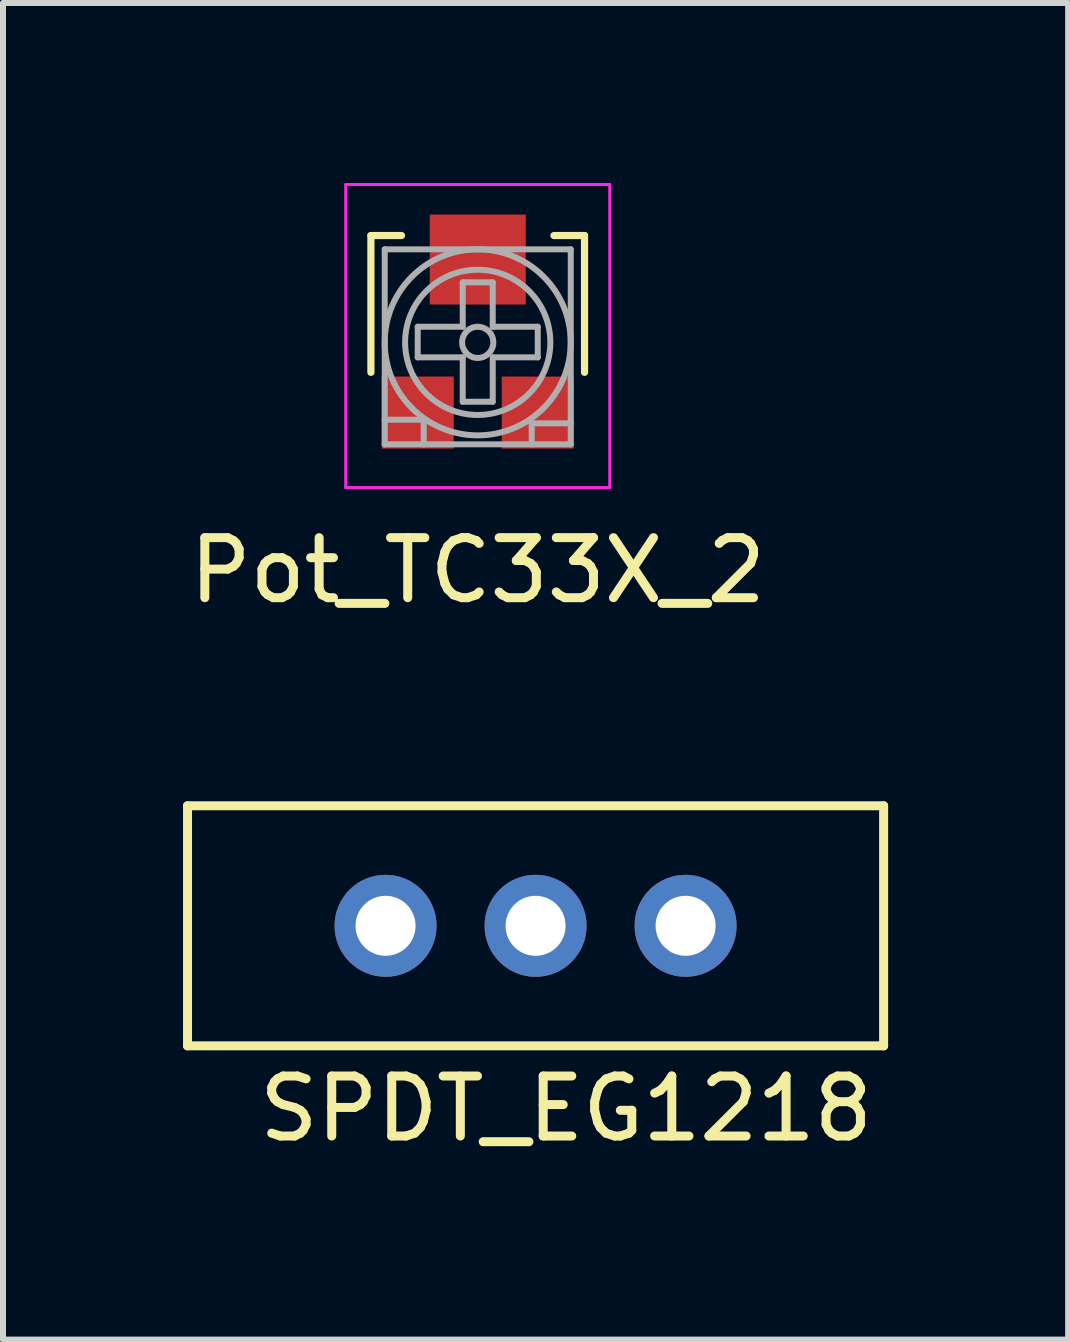
<source format=kicad_pcb>
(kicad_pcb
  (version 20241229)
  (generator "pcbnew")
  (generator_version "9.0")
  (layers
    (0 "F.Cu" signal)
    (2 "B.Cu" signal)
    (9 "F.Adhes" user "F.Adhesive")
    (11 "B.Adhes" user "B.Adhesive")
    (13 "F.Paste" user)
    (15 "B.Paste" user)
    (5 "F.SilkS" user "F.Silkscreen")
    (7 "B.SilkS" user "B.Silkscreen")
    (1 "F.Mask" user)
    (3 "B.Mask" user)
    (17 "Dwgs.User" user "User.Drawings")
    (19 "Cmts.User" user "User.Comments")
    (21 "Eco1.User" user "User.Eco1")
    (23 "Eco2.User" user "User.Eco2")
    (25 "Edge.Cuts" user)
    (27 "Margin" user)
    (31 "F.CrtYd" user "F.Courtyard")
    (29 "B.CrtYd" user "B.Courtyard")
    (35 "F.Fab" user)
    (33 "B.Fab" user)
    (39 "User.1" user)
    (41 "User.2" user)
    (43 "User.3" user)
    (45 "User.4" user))
  (footprint "SPDT_EG1218"
    (layer "F.Cu")
    (at 5.875 12.378)
    (property "Reference" "SPDT_EG1218" (at 0.508 3.048 0) (layer "F.SilkS") (effects (font (size 1 1) (thickness 0.15))))
    (attr through_hole)
    (fp_line (start -5.8 -2) (end -5.8 2) (stroke (width 0.15) (type solid)) (layer "F.SilkS"))
    (fp_line (start -5.8 2) (end 5.8 2) (stroke (width 0.15) (type solid)) (layer "F.SilkS"))
    (fp_line (start 5.8 -2) (end -5.8 -2) (stroke (width 0.15) (type solid)) (layer "F.SilkS"))
    (fp_line (start 5.8 2) (end 5.8 -2) (stroke (width 0.15) (type solid)) (layer "F.SilkS"))
    (pad "1" thru_hole circle (at -2.5 0) (size 1.7 1.7) (drill 1) (layers "*.Cu" "*.Mask"))
    (pad "2" thru_hole circle (at 0 0) (size 1.7 1.7) (drill 1) (layers "*.Cu" "*.Mask"))
    (pad "3" thru_hole circle (at 2.5 0) (size 1.7 1.7) (drill 1) (layers "*.Cu" "*.Mask")))
  (footprint "Pot_TC33X_2"
    (layer "F.Cu")
    (at 4.911 2.625)
    (property "Reference" "Pot_TC33X_2" (at 0 3.83 0) (layer "F.SilkS") (effects (font (size 1 1) (thickness 0.15))))
    (attr smd)
    (fp_line (start -1.78 -1.75) (end -1.27 -1.75) (stroke (width 0.12) (type solid)) (layer "F.SilkS"))
    (fp_line (start -1.78 0.53) (end -1.78 -1.75) (stroke (width 0.12) (type solid)) (layer "F.SilkS"))
    (fp_line (start 1.27 -1.75) (end 1.78 -1.75) (stroke (width 0.12) (type solid)) (layer "F.SilkS"))
    (fp_line (start 1.78 -1.75) (end 1.78 0.53) (stroke (width 0.12) (type solid)) (layer "F.SilkS"))
    (fp_line (start -2.2 -2.6) (end 2.2 -2.6) (stroke (width 0.05) (type solid)) (layer "F.CrtYd"))
    (fp_line (start -2.2 2.45) (end -2.2 -2.6) (stroke (width 0.05) (type solid)) (layer "F.CrtYd"))
    (fp_line (start 2.2 -2.6) (end 2.2 2.45) (stroke (width 0.05) (type solid)) (layer "F.CrtYd"))
    (fp_line (start 2.2 2.45) (end -2.2 2.45) (stroke (width 0.05) (type solid)) (layer "F.CrtYd"))
    (fp_line (start -1.55 -1.52) (end 1.55 -1.52) (stroke (width 0.1) (type solid)) (layer "F.Fab"))
    (fp_line (start -1.55 1.32) (end -0.9 1.32) (stroke (width 0.1) (type solid)) (layer "F.Fab"))
    (fp_line (start -1.55 1.73) (end -1.55 -1.52) (stroke (width 0.1) (type solid)) (layer "F.Fab"))
    (fp_line (start -1 -0.23) (end -0.25 -0.23) (stroke (width 0.1) (type solid)) (layer "F.Fab"))
    (fp_line (start -1 0.28) (end -1 -0.23) (stroke (width 0.1) (type solid)) (layer "F.Fab"))
    (fp_line (start -0.9 1.32) (end -0.9 1.73) (stroke (width 0.1) (type solid)) (layer "F.Fab"))
    (fp_line (start -0.25 -0.97) (end 0.25 -0.97) (stroke (width 0.1) (type solid)) (layer "F.Fab"))
    (fp_line (start -0.25 -0.23) (end -0.25 -0.97) (stroke (width 0.1) (type solid)) (layer "F.Fab"))
    (fp_line (start -0.25 0.28) (end -1 0.28) (stroke (width 0.1) (type solid)) (layer "F.Fab"))
    (fp_line (start -0.25 1.02) (end -0.25 0.28) (stroke (width 0.1) (type solid)) (layer "F.Fab"))
    (fp_line (start 0.25 -0.97) (end 0.25 -0.23) (stroke (width 0.1) (type solid)) (layer "F.Fab"))
    (fp_line (start 0.25 -0.23) (end 1 -0.23) (stroke (width 0.1) (type solid)) (layer "F.Fab"))
    (fp_line (start 0.25 0.28) (end 0.25 1.02) (stroke (width 0.1) (type solid)) (layer "F.Fab"))
    (fp_line (start 0.25 1.02) (end -0.25 1.02) (stroke (width 0.1) (type solid)) (layer "F.Fab"))
    (fp_line (start 0.9 1.38) (end 0.9 1.73) (stroke (width 0.1) (type solid)) (layer "F.Fab"))
    (fp_line (start 1 -0.23) (end 1 0.28) (stroke (width 0.1) (type solid)) (layer "F.Fab"))
    (fp_line (start 1 0.28) (end 0.25 0.28) (stroke (width 0.1) (type solid)) (layer "F.Fab"))
    (fp_line (start 1.55 -1.52) (end 1.55 1.73) (stroke (width 0.1) (type solid)) (layer "F.Fab"))
    (fp_line (start 1.55 1.38) (end 0.9 1.38) (stroke (width 0.1) (type solid)) (layer "F.Fab"))
    (fp_line (start 1.55 1.73) (end -1.55 1.73) (stroke (width 0.1) (type solid)) (layer "F.Fab"))
    (fp_circle (center 0 0.03) (end 0 -1.52) (stroke (width 0.1) (type solid)) (fill no) (layer "F.Fab"))
    (fp_circle (center 0 0.03) (end 0 -1.18) (stroke (width 0.1) (type solid)) (fill no) (layer "F.Fab"))
    (fp_circle (center 0 0.03) (end 0 -0.23) (stroke (width 0.1) (type solid)) (fill no) (layer "F.Fab"))
    (pad "1" smd rect (at -1 1.2) (size 1.2 1.2) (layers "F.Cu" "F.Mask" "F.Paste"))
    (pad "2" smd rect (at 0 -1.35) (size 1.6 1.5) (layers "F.Cu" "F.Mask" "F.Paste"))
    (pad "3" smd rect (at 1 1.2) (size 1.2 1.2) (layers "F.Cu" "F.Mask" "F.Paste")))
  (gr_rect
    (start -3 -3)
    (end 14.75 19.274)
    (stroke (width 0.1) (type default))
    (fill no)
    (layer "Edge.Cuts")))
</source>
